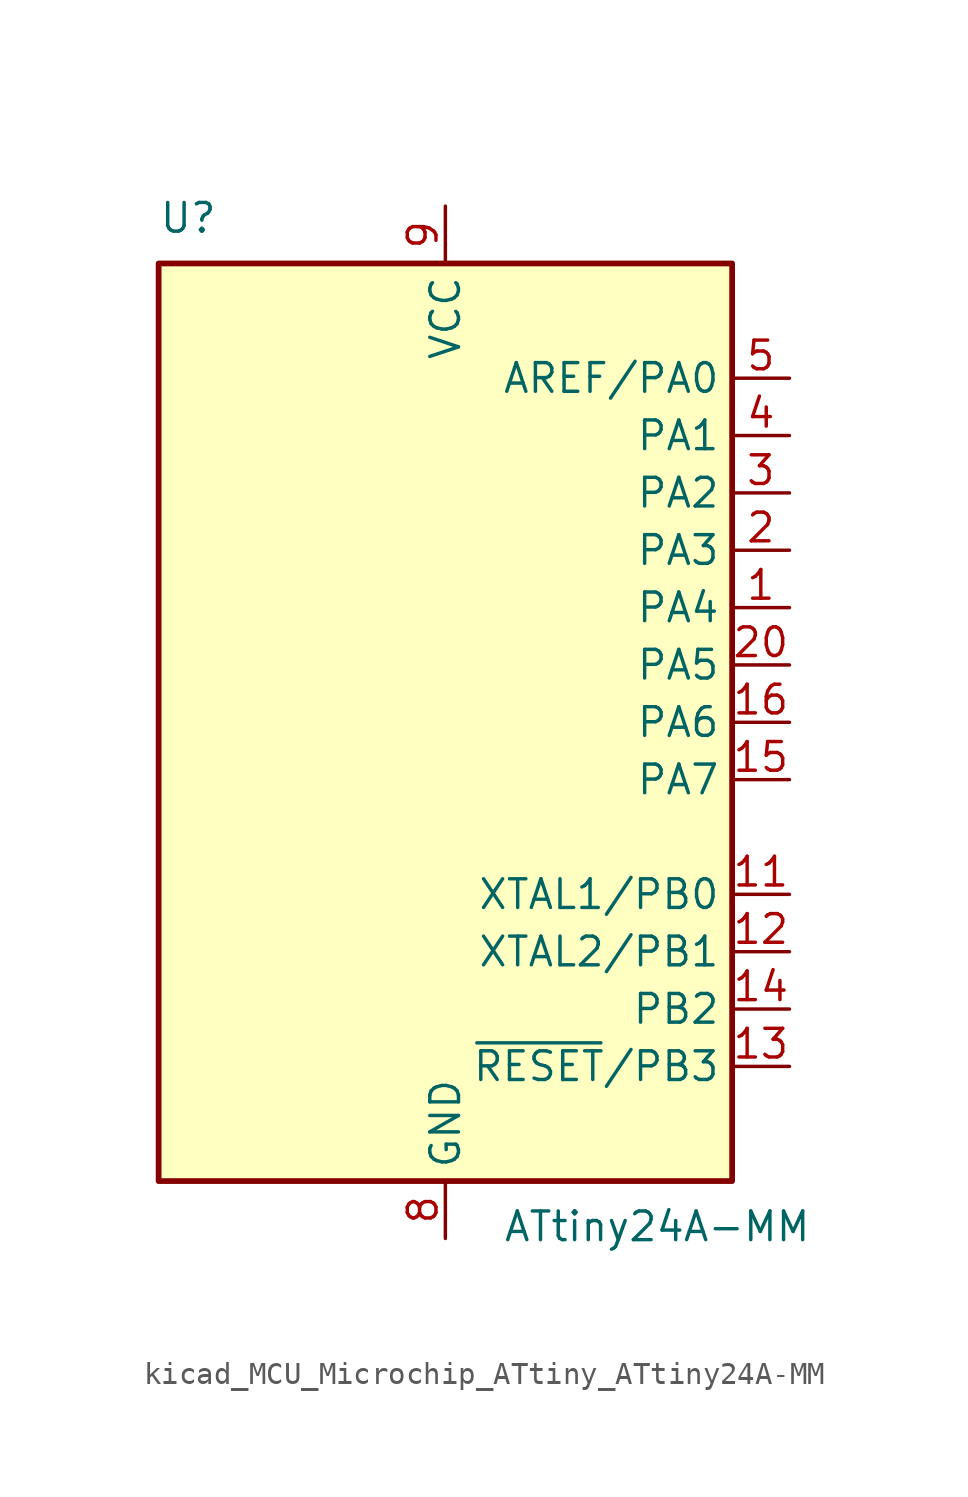
<source format=kicad_sym>
(kicad_symbol_lib
  (version 20220914)
  (generator kicad_symbol_editor)
  (symbol "kicad_MCU_Microchip_ATtiny_ATtiny24A-MM"
    (property "Reference" "U"
      (at -12.7 21.59 0)
      (effects (font (size 1.27 1.27)) (justify left bottom)))
    (property "Value" "ATtiny24A-MM"
      (at 2.54 -21.59 0)
      (effects (font (size 1.27 1.27)) (justify left top)))
    (symbol "kicad_MCU_Microchip_ATtiny_ATtiny24A-MM_0_1"
      (rectangle (start -12.7 -20.32) (end 12.7 20.32) (stroke (width 0.254) (type default)) (fill (type background))))
    (symbol "kicad_MCU_Microchip_ATtiny_ATtiny24A-MM_1_1"
      (pin bidirectional line (at 15.24 5.08 180) (length 2.54) (name "PA4" (effects (font (size 1.27 1.27)))) (number "1" (effects (font (size 1.27 1.27)))))
      (pin no_connect line (at -12.7 -10.16 0) (length 2.54) hide (name "NC" (effects (font (size 1.27 1.27)))) (number "10" (effects (font (size 1.27 1.27)))))
      (pin bidirectional line (at 15.24 -7.62 180) (length 2.54) (name "XTAL1/PB0" (effects (font (size 1.27 1.27)))) (number "11" (effects (font (size 1.27 1.27)))))
      (pin bidirectional line (at 15.24 -10.16 180) (length 2.54) (name "XTAL2/PB1" (effects (font (size 1.27 1.27)))) (number "12" (effects (font (size 1.27 1.27)))))
      (pin bidirectional line (at 15.24 -15.24 180) (length 2.54) (name "~{RESET}/PB3" (effects (font (size 1.27 1.27)))) (number "13" (effects (font (size 1.27 1.27)))))
      (pin bidirectional line (at 15.24 -12.7 180) (length 2.54) (name "PB2" (effects (font (size 1.27 1.27)))) (number "14" (effects (font (size 1.27 1.27)))))
      (pin bidirectional line (at 15.24 -2.54 180) (length 2.54) (name "PA7" (effects (font (size 1.27 1.27)))) (number "15" (effects (font (size 1.27 1.27)))))
      (pin bidirectional line (at 15.24 0 180) (length 2.54) (name "PA6" (effects (font (size 1.27 1.27)))) (number "16" (effects (font (size 1.27 1.27)))))
      (pin no_connect line (at -12.7 -12.7 0) (length 2.54) hide (name "NC" (effects (font (size 1.27 1.27)))) (number "17" (effects (font (size 1.27 1.27)))))
      (pin no_connect line (at -12.7 -15.24 0) (length 2.54) hide (name "NC" (effects (font (size 1.27 1.27)))) (number "18" (effects (font (size 1.27 1.27)))))
      (pin no_connect line (at -12.7 -17.78 0) (length 2.54) hide (name "NC" (effects (font (size 1.27 1.27)))) (number "19" (effects (font (size 1.27 1.27)))))
      (pin bidirectional line (at 15.24 7.62 180) (length 2.54) (name "PA3" (effects (font (size 1.27 1.27)))) (number "2" (effects (font (size 1.27 1.27)))))
      (pin bidirectional line (at 15.24 2.54 180) (length 2.54) (name "PA5" (effects (font (size 1.27 1.27)))) (number "20" (effects (font (size 1.27 1.27)))))
      (pin passive line (at 0 -22.86 90) (length 2.54) hide (name "GND" (effects (font (size 1.27 1.27)))) (number "21" (effects (font (size 1.27 1.27)))))
      (pin bidirectional line (at 15.24 10.16 180) (length 2.54) (name "PA2" (effects (font (size 1.27 1.27)))) (number "3" (effects (font (size 1.27 1.27)))))
      (pin bidirectional line (at 15.24 12.7 180) (length 2.54) (name "PA1" (effects (font (size 1.27 1.27)))) (number "4" (effects (font (size 1.27 1.27)))))
      (pin bidirectional line (at 15.24 15.24 180) (length 2.54) (name "AREF/PA0" (effects (font (size 1.27 1.27)))) (number "5" (effects (font (size 1.27 1.27)))))
      (pin no_connect line (at -12.7 -5.08 0) (length 2.54) hide (name "NC" (effects (font (size 1.27 1.27)))) (number "6" (effects (font (size 1.27 1.27)))))
      (pin no_connect line (at -12.7 -7.62 0) (length 2.54) hide (name "NC" (effects (font (size 1.27 1.27)))) (number "7" (effects (font (size 1.27 1.27)))))
      (pin power_in line (at 0 -22.86 90) (length 2.54) (name "GND" (effects (font (size 1.27 1.27)))) (number "8" (effects (font (size 1.27 1.27)))))
      (pin power_in line (at 0 22.86 270) (length 2.54) (name "VCC" (effects (font (size 1.27 1.27)))) (number "9" (effects (font (size 1.27 1.27))))))))
</source>
